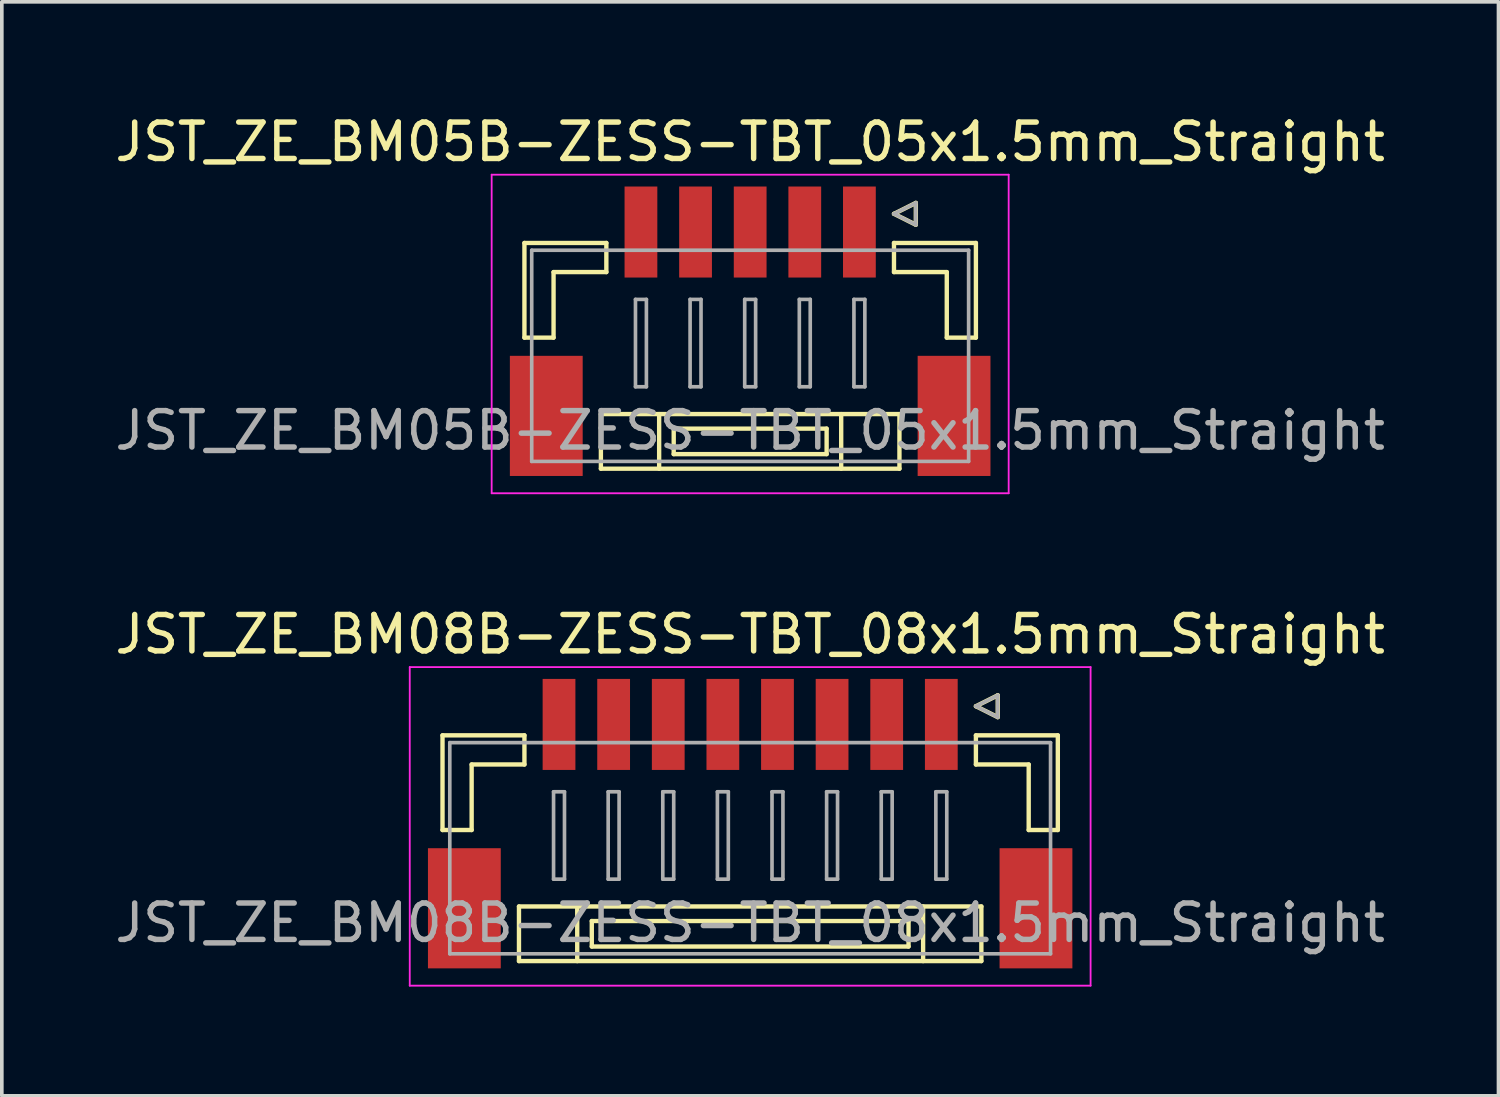
<source format=kicad_pcb>
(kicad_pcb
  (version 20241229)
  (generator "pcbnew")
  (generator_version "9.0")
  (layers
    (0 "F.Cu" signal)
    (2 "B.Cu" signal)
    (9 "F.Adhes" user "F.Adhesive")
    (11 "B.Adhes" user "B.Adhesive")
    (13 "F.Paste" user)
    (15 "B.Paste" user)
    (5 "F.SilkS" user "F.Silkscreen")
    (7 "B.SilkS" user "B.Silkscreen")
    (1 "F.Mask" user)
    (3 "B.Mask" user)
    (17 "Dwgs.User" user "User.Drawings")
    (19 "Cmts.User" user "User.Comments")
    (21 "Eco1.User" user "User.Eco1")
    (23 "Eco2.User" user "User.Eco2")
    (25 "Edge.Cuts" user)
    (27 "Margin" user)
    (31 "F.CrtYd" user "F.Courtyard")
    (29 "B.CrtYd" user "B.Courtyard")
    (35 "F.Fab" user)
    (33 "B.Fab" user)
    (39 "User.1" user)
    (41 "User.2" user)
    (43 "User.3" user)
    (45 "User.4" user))
  (footprint "JST_ZE_BM08B-ZESS-TBT_08x1.5mm_Straight"
    (layer "F.Cu")
    (at 17.554 19.372)
    (property "Reference" "JST_ZE_BM08B-ZESS-TBT_08x1.5mm_Straight" (at 0 -5 0) (layer "F.SilkS") (effects (font (size 1 1) (thickness 0.15))))
    (attr smd)
    (fp_line (start -8.45 -2.225) (end -8.45 0.375) (stroke (width 0.12) (type solid)) (layer "F.SilkS"))
    (fp_line (start -8.45 0.375) (end -7.65 0.375) (stroke (width 0.12) (type solid)) (layer "F.SilkS"))
    (fp_line (start -7.65 -1.425) (end -6.2 -1.425) (stroke (width 0.12) (type solid)) (layer "F.SilkS"))
    (fp_line (start -7.65 0.375) (end -7.65 -1.425) (stroke (width 0.12) (type solid)) (layer "F.SilkS"))
    (fp_line (start -6.35 2.475) (end -6.35 3.975) (stroke (width 0.12) (type solid)) (layer "F.SilkS"))
    (fp_line (start -6.35 3.975) (end 6.35 3.975) (stroke (width 0.12) (type solid)) (layer "F.SilkS"))
    (fp_line (start -6.2 -2.225) (end -8.45 -2.225) (stroke (width 0.12) (type solid)) (layer "F.SilkS"))
    (fp_line (start -6.2 -1.425) (end -6.2 -2.225) (stroke (width 0.12) (type solid)) (layer "F.SilkS"))
    (fp_line (start -4.75 2.475) (end -4.75 3.975) (stroke (width 0.12) (type solid)) (layer "F.SilkS"))
    (fp_line (start -4.35 2.875) (end -4.35 3.575) (stroke (width 0.12) (type solid)) (layer "F.SilkS"))
    (fp_line (start -4.35 3.575) (end 4.35 3.575) (stroke (width 0.12) (type solid)) (layer "F.SilkS"))
    (fp_line (start 4.35 2.875) (end -4.35 2.875) (stroke (width 0.12) (type solid)) (layer "F.SilkS"))
    (fp_line (start 4.35 3.575) (end 4.35 2.875) (stroke (width 0.12) (type solid)) (layer "F.SilkS"))
    (fp_line (start 4.75 2.475) (end 4.75 3.975) (stroke (width 0.12) (type solid)) (layer "F.SilkS"))
    (fp_line (start 6.2 -3.025) (end 6.8 -3.325) (stroke (width 0.12) (type solid)) (layer "F.SilkS"))
    (fp_line (start 6.2 -2.225) (end 8.45 -2.225) (stroke (width 0.12) (type solid)) (layer "F.SilkS"))
    (fp_line (start 6.2 -1.425) (end 6.2 -2.225) (stroke (width 0.12) (type solid)) (layer "F.SilkS"))
    (fp_line (start 6.35 2.475) (end -6.35 2.475) (stroke (width 0.12) (type solid)) (layer "F.SilkS"))
    (fp_line (start 6.35 3.975) (end 6.35 2.475) (stroke (width 0.12) (type solid)) (layer "F.SilkS"))
    (fp_line (start 6.8 -3.325) (end 6.8 -2.725) (stroke (width 0.12) (type solid)) (layer "F.SilkS"))
    (fp_line (start 6.8 -2.725) (end 6.2 -3.025) (stroke (width 0.12) (type solid)) (layer "F.SilkS"))
    (fp_line (start 7.65 -1.425) (end 6.2 -1.425) (stroke (width 0.12) (type solid)) (layer "F.SilkS"))
    (fp_line (start 7.65 0.375) (end 7.65 -1.425) (stroke (width 0.12) (type solid)) (layer "F.SilkS"))
    (fp_line (start 8.45 -2.225) (end 8.45 0.375) (stroke (width 0.12) (type solid)) (layer "F.SilkS"))
    (fp_line (start 8.45 0.375) (end 7.65 0.375) (stroke (width 0.12) (type solid)) (layer "F.SilkS"))
    (fp_line (start -9.35 -4.1) (end -9.35 4.65) (stroke (width 0.05) (type solid)) (layer "F.CrtYd"))
    (fp_line (start -9.35 4.65) (end 9.35 4.65) (stroke (width 0.05) (type solid)) (layer "F.CrtYd"))
    (fp_line (start 9.35 -4.1) (end -9.35 -4.1) (stroke (width 0.05) (type solid)) (layer "F.CrtYd"))
    (fp_line (start 9.35 4.65) (end 9.35 -4.1) (stroke (width 0.05) (type solid)) (layer "F.CrtYd"))
    (fp_line (start -8.25 -2.025) (end -8.25 3.775) (stroke (width 0.1) (type solid)) (layer "F.Fab"))
    (fp_line (start -8.25 3.775) (end 8.25 3.775) (stroke (width 0.1) (type solid)) (layer "F.Fab"))
    (fp_line (start -5.4 -0.675) (end -5.4 1.725) (stroke (width 0.1) (type solid)) (layer "F.Fab"))
    (fp_line (start -5.4 1.725) (end -5.1 1.725) (stroke (width 0.1) (type solid)) (layer "F.Fab"))
    (fp_line (start -5.1 -0.675) (end -5.4 -0.675) (stroke (width 0.1) (type solid)) (layer "F.Fab"))
    (fp_line (start -5.1 1.725) (end -5.1 -0.675) (stroke (width 0.1) (type solid)) (layer "F.Fab"))
    (fp_line (start -3.9 -0.675) (end -3.9 1.725) (stroke (width 0.1) (type solid)) (layer "F.Fab"))
    (fp_line (start -3.9 1.725) (end -3.6 1.725) (stroke (width 0.1) (type solid)) (layer "F.Fab"))
    (fp_line (start -3.6 -0.675) (end -3.9 -0.675) (stroke (width 0.1) (type solid)) (layer "F.Fab"))
    (fp_line (start -3.6 1.725) (end -3.6 -0.675) (stroke (width 0.1) (type solid)) (layer "F.Fab"))
    (fp_line (start -2.4 -0.675) (end -2.4 1.725) (stroke (width 0.1) (type solid)) (layer "F.Fab"))
    (fp_line (start -2.4 1.725) (end -2.1 1.725) (stroke (width 0.1) (type solid)) (layer "F.Fab"))
    (fp_line (start -2.1 -0.675) (end -2.4 -0.675) (stroke (width 0.1) (type solid)) (layer "F.Fab"))
    (fp_line (start -2.1 1.725) (end -2.1 -0.675) (stroke (width 0.1) (type solid)) (layer "F.Fab"))
    (fp_line (start -0.9 -0.675) (end -0.9 1.725) (stroke (width 0.1) (type solid)) (layer "F.Fab"))
    (fp_line (start -0.9 1.725) (end -0.6 1.725) (stroke (width 0.1) (type solid)) (layer "F.Fab"))
    (fp_line (start -0.6 -0.675) (end -0.9 -0.675) (stroke (width 0.1) (type solid)) (layer "F.Fab"))
    (fp_line (start -0.6 1.725) (end -0.6 -0.675) (stroke (width 0.1) (type solid)) (layer "F.Fab"))
    (fp_line (start 0.6 -0.675) (end 0.6 1.725) (stroke (width 0.1) (type solid)) (layer "F.Fab"))
    (fp_line (start 0.6 1.725) (end 0.9 1.725) (stroke (width 0.1) (type solid)) (layer "F.Fab"))
    (fp_line (start 0.9 -0.675) (end 0.6 -0.675) (stroke (width 0.1) (type solid)) (layer "F.Fab"))
    (fp_line (start 0.9 1.725) (end 0.9 -0.675) (stroke (width 0.1) (type solid)) (layer "F.Fab"))
    (fp_line (start 2.1 -0.675) (end 2.1 1.725) (stroke (width 0.1) (type solid)) (layer "F.Fab"))
    (fp_line (start 2.1 1.725) (end 2.4 1.725) (stroke (width 0.1) (type solid)) (layer "F.Fab"))
    (fp_line (start 2.4 -0.675) (end 2.1 -0.675) (stroke (width 0.1) (type solid)) (layer "F.Fab"))
    (fp_line (start 2.4 1.725) (end 2.4 -0.675) (stroke (width 0.1) (type solid)) (layer "F.Fab"))
    (fp_line (start 3.6 -0.675) (end 3.6 1.725) (stroke (width 0.1) (type solid)) (layer "F.Fab"))
    (fp_line (start 3.6 1.725) (end 3.9 1.725) (stroke (width 0.1) (type solid)) (layer "F.Fab"))
    (fp_line (start 3.9 -0.675) (end 3.6 -0.675) (stroke (width 0.1) (type solid)) (layer "F.Fab"))
    (fp_line (start 3.9 1.725) (end 3.9 -0.675) (stroke (width 0.1) (type solid)) (layer "F.Fab"))
    (fp_line (start 5.1 -0.675) (end 5.1 1.725) (stroke (width 0.1) (type solid)) (layer "F.Fab"))
    (fp_line (start 5.1 1.725) (end 5.4 1.725) (stroke (width 0.1) (type solid)) (layer "F.Fab"))
    (fp_line (start 5.4 -0.675) (end 5.1 -0.675) (stroke (width 0.1) (type solid)) (layer "F.Fab"))
    (fp_line (start 5.4 1.725) (end 5.4 -0.675) (stroke (width 0.1) (type solid)) (layer "F.Fab"))
    (fp_line (start 6.2 -3.025) (end 6.8 -3.325) (stroke (width 0.1) (type solid)) (layer "F.Fab"))
    (fp_line (start 6.8 -3.325) (end 6.8 -2.725) (stroke (width 0.1) (type solid)) (layer "F.Fab"))
    (fp_line (start 6.8 -2.725) (end 6.2 -3.025) (stroke (width 0.1) (type solid)) (layer "F.Fab"))
    (fp_line (start 8.25 -2.025) (end -8.25 -2.025) (stroke (width 0.1) (type solid)) (layer "F.Fab"))
    (fp_line (start 8.25 3.775) (end 8.25 -2.025) (stroke (width 0.1) (type solid)) (layer "F.Fab"))
    (fp_text user "${REFERENCE}" (at 0 2.925 0) (layer "F.Fab") (effects (font (size 1 1) (thickness 0.15))))
    (pad "" smd rect (at -7.85 2.525) (size 2 3.3) (layers "F.Cu" "F.Mask" "F.Paste"))
    (pad "" smd rect (at 7.85 2.525) (size 2 3.3) (layers "F.Cu" "F.Mask" "F.Paste"))
    (pad "1" smd rect (at 5.25 -2.525) (size 0.9 2.5) (layers "F.Cu" "F.Mask" "F.Paste"))
    (pad "2" smd rect (at 3.75 -2.525) (size 0.9 2.5) (layers "F.Cu" "F.Mask" "F.Paste"))
    (pad "3" smd rect (at 2.25 -2.525) (size 0.9 2.5) (layers "F.Cu" "F.Mask" "F.Paste"))
    (pad "4" smd rect (at 0.75 -2.525) (size 0.9 2.5) (layers "F.Cu" "F.Mask" "F.Paste"))
    (pad "5" smd rect (at -0.75 -2.525) (size 0.9 2.5) (layers "F.Cu" "F.Mask" "F.Paste"))
    (pad "6" smd rect (at -2.25 -2.525) (size 0.9 2.5) (layers "F.Cu" "F.Mask" "F.Paste"))
    (pad "7" smd rect (at -3.75 -2.525) (size 0.9 2.5) (layers "F.Cu" "F.Mask" "F.Paste"))
    (pad "8" smd rect (at -5.25 -2.525) (size 0.9 2.5) (layers "F.Cu" "F.Mask" "F.Paste")))
  (footprint "JST_ZE_BM05B-ZESS-TBT_05x1.5mm_Straight"
    (layer "F.Cu")
    (at 17.554 5.848)
    (property "Reference" "JST_ZE_BM05B-ZESS-TBT_05x1.5mm_Straight" (at 0 -5 0) (layer "F.SilkS") (effects (font (size 1 1) (thickness 0.15))))
    (attr smd)
    (fp_line (start -6.2 -2.225) (end -6.2 0.375) (stroke (width 0.12) (type solid)) (layer "F.SilkS"))
    (fp_line (start -6.2 0.375) (end -5.4 0.375) (stroke (width 0.12) (type solid)) (layer "F.SilkS"))
    (fp_line (start -5.4 -1.425) (end -3.95 -1.425) (stroke (width 0.12) (type solid)) (layer "F.SilkS"))
    (fp_line (start -5.4 0.375) (end -5.4 -1.425) (stroke (width 0.12) (type solid)) (layer "F.SilkS"))
    (fp_line (start -4.1 2.475) (end -4.1 3.975) (stroke (width 0.12) (type solid)) (layer "F.SilkS"))
    (fp_line (start -4.1 3.975) (end 4.1 3.975) (stroke (width 0.12) (type solid)) (layer "F.SilkS"))
    (fp_line (start -3.95 -2.225) (end -6.2 -2.225) (stroke (width 0.12) (type solid)) (layer "F.SilkS"))
    (fp_line (start -3.95 -1.425) (end -3.95 -2.225) (stroke (width 0.12) (type solid)) (layer "F.SilkS"))
    (fp_line (start -2.5 2.475) (end -2.5 3.975) (stroke (width 0.12) (type solid)) (layer "F.SilkS"))
    (fp_line (start -2.1 2.875) (end -2.1 3.575) (stroke (width 0.12) (type solid)) (layer "F.SilkS"))
    (fp_line (start -2.1 3.575) (end 2.1 3.575) (stroke (width 0.12) (type solid)) (layer "F.SilkS"))
    (fp_line (start 2.1 2.875) (end -2.1 2.875) (stroke (width 0.12) (type solid)) (layer "F.SilkS"))
    (fp_line (start 2.1 3.575) (end 2.1 2.875) (stroke (width 0.12) (type solid)) (layer "F.SilkS"))
    (fp_line (start 2.5 2.475) (end 2.5 3.975) (stroke (width 0.12) (type solid)) (layer "F.SilkS"))
    (fp_line (start 3.95 -3.025) (end 4.55 -3.325) (stroke (width 0.12) (type solid)) (layer "F.SilkS"))
    (fp_line (start 3.95 -2.225) (end 6.2 -2.225) (stroke (width 0.12) (type solid)) (layer "F.SilkS"))
    (fp_line (start 3.95 -1.425) (end 3.95 -2.225) (stroke (width 0.12) (type solid)) (layer "F.SilkS"))
    (fp_line (start 4.1 2.475) (end -4.1 2.475) (stroke (width 0.12) (type solid)) (layer "F.SilkS"))
    (fp_line (start 4.1 3.975) (end 4.1 2.475) (stroke (width 0.12) (type solid)) (layer "F.SilkS"))
    (fp_line (start 4.55 -3.325) (end 4.55 -2.725) (stroke (width 0.12) (type solid)) (layer "F.SilkS"))
    (fp_line (start 4.55 -2.725) (end 3.95 -3.025) (stroke (width 0.12) (type solid)) (layer "F.SilkS"))
    (fp_line (start 5.4 -1.425) (end 3.95 -1.425) (stroke (width 0.12) (type solid)) (layer "F.SilkS"))
    (fp_line (start 5.4 0.375) (end 5.4 -1.425) (stroke (width 0.12) (type solid)) (layer "F.SilkS"))
    (fp_line (start 6.2 -2.225) (end 6.2 0.375) (stroke (width 0.12) (type solid)) (layer "F.SilkS"))
    (fp_line (start 6.2 0.375) (end 5.4 0.375) (stroke (width 0.12) (type solid)) (layer "F.SilkS"))
    (fp_line (start -7.1 -4.1) (end -7.1 4.65) (stroke (width 0.05) (type solid)) (layer "F.CrtYd"))
    (fp_line (start -7.1 4.65) (end 7.1 4.65) (stroke (width 0.05) (type solid)) (layer "F.CrtYd"))
    (fp_line (start 7.1 -4.1) (end -7.1 -4.1) (stroke (width 0.05) (type solid)) (layer "F.CrtYd"))
    (fp_line (start 7.1 4.65) (end 7.1 -4.1) (stroke (width 0.05) (type solid)) (layer "F.CrtYd"))
    (fp_line (start -6 -2.025) (end -6 3.775) (stroke (width 0.1) (type solid)) (layer "F.Fab"))
    (fp_line (start -6 3.775) (end 6 3.775) (stroke (width 0.1) (type solid)) (layer "F.Fab"))
    (fp_line (start -3.15 -0.675) (end -3.15 1.725) (stroke (width 0.1) (type solid)) (layer "F.Fab"))
    (fp_line (start -3.15 1.725) (end -2.85 1.725) (stroke (width 0.1) (type solid)) (layer "F.Fab"))
    (fp_line (start -2.85 -0.675) (end -3.15 -0.675) (stroke (width 0.1) (type solid)) (layer "F.Fab"))
    (fp_line (start -2.85 1.725) (end -2.85 -0.675) (stroke (width 0.1) (type solid)) (layer "F.Fab"))
    (fp_line (start -1.65 -0.675) (end -1.65 1.725) (stroke (width 0.1) (type solid)) (layer "F.Fab"))
    (fp_line (start -1.65 1.725) (end -1.35 1.725) (stroke (width 0.1) (type solid)) (layer "F.Fab"))
    (fp_line (start -1.35 -0.675) (end -1.65 -0.675) (stroke (width 0.1) (type solid)) (layer "F.Fab"))
    (fp_line (start -1.35 1.725) (end -1.35 -0.675) (stroke (width 0.1) (type solid)) (layer "F.Fab"))
    (fp_line (start -0.15 -0.675) (end -0.15 1.725) (stroke (width 0.1) (type solid)) (layer "F.Fab"))
    (fp_line (start -0.15 1.725) (end 0.15 1.725) (stroke (width 0.1) (type solid)) (layer "F.Fab"))
    (fp_line (start 0.15 -0.675) (end -0.15 -0.675) (stroke (width 0.1) (type solid)) (layer "F.Fab"))
    (fp_line (start 0.15 1.725) (end 0.15 -0.675) (stroke (width 0.1) (type solid)) (layer "F.Fab"))
    (fp_line (start 1.35 -0.675) (end 1.35 1.725) (stroke (width 0.1) (type solid)) (layer "F.Fab"))
    (fp_line (start 1.35 1.725) (end 1.65 1.725) (stroke (width 0.1) (type solid)) (layer "F.Fab"))
    (fp_line (start 1.65 -0.675) (end 1.35 -0.675) (stroke (width 0.1) (type solid)) (layer "F.Fab"))
    (fp_line (start 1.65 1.725) (end 1.65 -0.675) (stroke (width 0.1) (type solid)) (layer "F.Fab"))
    (fp_line (start 2.85 -0.675) (end 2.85 1.725) (stroke (width 0.1) (type solid)) (layer "F.Fab"))
    (fp_line (start 2.85 1.725) (end 3.15 1.725) (stroke (width 0.1) (type solid)) (layer "F.Fab"))
    (fp_line (start 3.15 -0.675) (end 2.85 -0.675) (stroke (width 0.1) (type solid)) (layer "F.Fab"))
    (fp_line (start 3.15 1.725) (end 3.15 -0.675) (stroke (width 0.1) (type solid)) (layer "F.Fab"))
    (fp_line (start 3.95 -3.025) (end 4.55 -3.325) (stroke (width 0.1) (type solid)) (layer "F.Fab"))
    (fp_line (start 4.55 -3.325) (end 4.55 -2.725) (stroke (width 0.1) (type solid)) (layer "F.Fab"))
    (fp_line (start 4.55 -2.725) (end 3.95 -3.025) (stroke (width 0.1) (type solid)) (layer "F.Fab"))
    (fp_line (start 6 -2.025) (end -6 -2.025) (stroke (width 0.1) (type solid)) (layer "F.Fab"))
    (fp_line (start 6 3.775) (end 6 -2.025) (stroke (width 0.1) (type solid)) (layer "F.Fab"))
    (fp_text user "${REFERENCE}" (at 0 2.925 0) (layer "F.Fab") (effects (font (size 1 1) (thickness 0.15))))
    (pad "" smd rect (at -5.6 2.525) (size 2 3.3) (layers "F.Cu" "F.Mask" "F.Paste"))
    (pad "" smd rect (at 5.6 2.525) (size 2 3.3) (layers "F.Cu" "F.Mask" "F.Paste"))
    (pad "1" smd rect (at 3 -2.525) (size 0.9 2.5) (layers "F.Cu" "F.Mask" "F.Paste"))
    (pad "2" smd rect (at 1.5 -2.525) (size 0.9 2.5) (layers "F.Cu" "F.Mask" "F.Paste"))
    (pad "3" smd rect (at 0 -2.525) (size 0.9 2.5) (layers "F.Cu" "F.Mask" "F.Paste"))
    (pad "4" smd rect (at -1.5 -2.525) (size 0.9 2.5) (layers "F.Cu" "F.Mask" "F.Paste"))
    (pad "5" smd rect (at -3 -2.525) (size 0.9 2.5) (layers "F.Cu" "F.Mask" "F.Paste")))
  (gr_rect
    (start -3 -3)
    (end 38.107 27.047)
    (stroke (width 0.1) (type default))
    (fill no)
    (layer "Edge.Cuts")))
</source>
